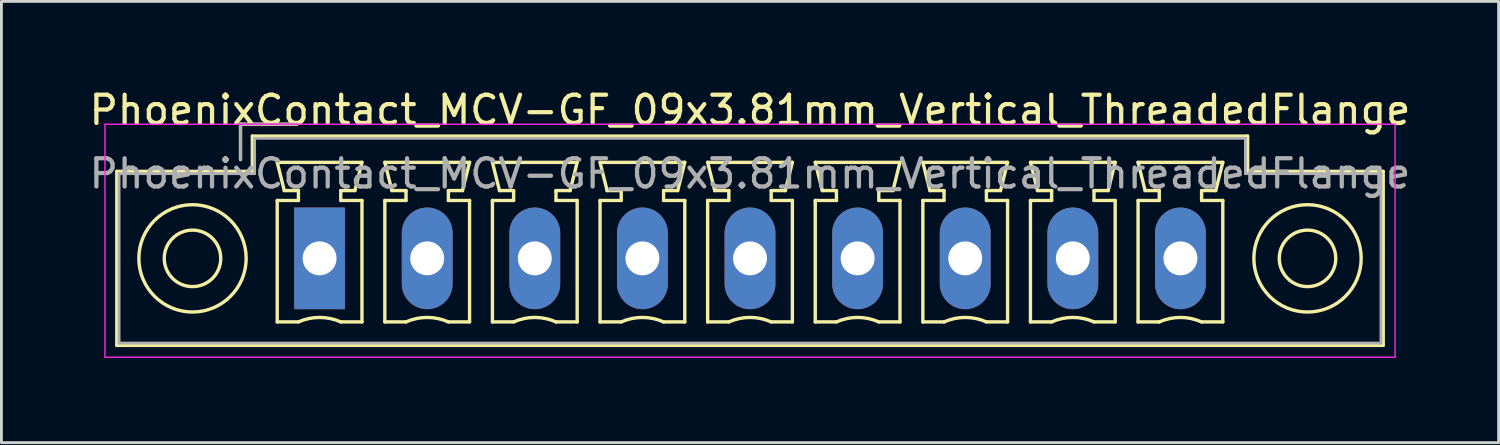
<source format=kicad_pcb>
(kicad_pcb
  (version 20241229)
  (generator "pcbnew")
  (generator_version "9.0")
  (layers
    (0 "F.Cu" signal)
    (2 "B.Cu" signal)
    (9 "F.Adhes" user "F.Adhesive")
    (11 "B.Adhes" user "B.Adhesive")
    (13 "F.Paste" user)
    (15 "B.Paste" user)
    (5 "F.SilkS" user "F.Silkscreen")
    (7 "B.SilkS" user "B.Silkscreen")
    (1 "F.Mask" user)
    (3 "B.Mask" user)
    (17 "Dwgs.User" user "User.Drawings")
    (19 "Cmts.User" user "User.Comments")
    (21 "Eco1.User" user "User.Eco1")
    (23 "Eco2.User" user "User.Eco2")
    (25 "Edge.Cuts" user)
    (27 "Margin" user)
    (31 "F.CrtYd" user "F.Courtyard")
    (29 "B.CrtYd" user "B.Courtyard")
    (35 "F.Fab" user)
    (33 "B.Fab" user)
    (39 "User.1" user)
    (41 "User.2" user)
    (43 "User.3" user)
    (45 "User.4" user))
  (footprint "PhoenixContact_MCV-GF_09x3.81mm_Vertical_ThreadedFlange"
    (layer "F.Cu")
    (at 8.266 6.098)
    (property "Reference" "PhoenixContact_MCV-GF_09x3.81mm_Vertical_ThreadedFlange" (at 15.24 -5.25 0) (layer "F.SilkS") (effects (font (size 1 1) (thickness 0.15))))
    (attr through_hole)
    (fp_line (start -7.18 -3.08) (end -7.18 3.08) (stroke (width 0.12) (type solid)) (layer "F.SilkS"))
    (fp_line (start -7.18 3.08) (end 37.66 3.08) (stroke (width 0.12) (type solid)) (layer "F.SilkS"))
    (fp_line (start -2.8 -4.75) (end -0.8 -4.75) (stroke (width 0.12) (type solid)) (layer "F.SilkS"))
    (fp_line (start -2.8 -3.5) (end -2.8 -4.75) (stroke (width 0.12) (type solid)) (layer "F.SilkS"))
    (fp_line (start -2.38 -4.33) (end -2.38 -3.08) (stroke (width 0.12) (type solid)) (layer "F.SilkS"))
    (fp_line (start -2.38 -3.08) (end -7.18 -3.08) (stroke (width 0.12) (type solid)) (layer "F.SilkS"))
    (fp_line (start -1.5 -3.4) (end 1.5 -3.4) (stroke (width 0.12) (type solid)) (layer "F.SilkS"))
    (fp_line (start -1.5 -2.05) (end -0.75 -2.05) (stroke (width 0.12) (type solid)) (layer "F.SilkS"))
    (fp_line (start -1.5 2.25) (end -1.5 -2.05) (stroke (width 0.12) (type solid)) (layer "F.SilkS"))
    (fp_line (start -1.25 -2.4) (end -1.5 -3.4) (stroke (width 0.12) (type solid)) (layer "F.SilkS"))
    (fp_line (start -0.75 -2.4) (end -1.25 -2.4) (stroke (width 0.12) (type solid)) (layer "F.SilkS"))
    (fp_line (start -0.75 -2.05) (end -0.75 -2.4) (stroke (width 0.12) (type solid)) (layer "F.SilkS"))
    (fp_line (start -0.75 2.25) (end -1.5 2.25) (stroke (width 0.12) (type solid)) (layer "F.SilkS"))
    (fp_line (start 0.75 -2.4) (end 0.75 -2.05) (stroke (width 0.12) (type solid)) (layer "F.SilkS"))
    (fp_line (start 0.75 -2.05) (end 1.5 -2.05) (stroke (width 0.12) (type solid)) (layer "F.SilkS"))
    (fp_line (start 1.25 -2.4) (end 0.75 -2.4) (stroke (width 0.12) (type solid)) (layer "F.SilkS"))
    (fp_line (start 1.5 -3.4) (end 1.25 -2.4) (stroke (width 0.12) (type solid)) (layer "F.SilkS"))
    (fp_line (start 1.5 -2.05) (end 1.5 2.25) (stroke (width 0.12) (type solid)) (layer "F.SilkS"))
    (fp_line (start 1.5 2.25) (end 0.75 2.25) (stroke (width 0.12) (type solid)) (layer "F.SilkS"))
    (fp_line (start 2.31 -3.4) (end 5.31 -3.4) (stroke (width 0.12) (type solid)) (layer "F.SilkS"))
    (fp_line (start 2.31 -2.05) (end 3.06 -2.05) (stroke (width 0.12) (type solid)) (layer "F.SilkS"))
    (fp_line (start 2.31 2.25) (end 2.31 -2.05) (stroke (width 0.12) (type solid)) (layer "F.SilkS"))
    (fp_line (start 2.56 -2.4) (end 2.31 -3.4) (stroke (width 0.12) (type solid)) (layer "F.SilkS"))
    (fp_line (start 3.06 -2.4) (end 2.56 -2.4) (stroke (width 0.12) (type solid)) (layer "F.SilkS"))
    (fp_line (start 3.06 -2.05) (end 3.06 -2.4) (stroke (width 0.12) (type solid)) (layer "F.SilkS"))
    (fp_line (start 3.06 2.25) (end 2.31 2.25) (stroke (width 0.12) (type solid)) (layer "F.SilkS"))
    (fp_line (start 4.56 -2.4) (end 4.56 -2.05) (stroke (width 0.12) (type solid)) (layer "F.SilkS"))
    (fp_line (start 4.56 -2.05) (end 5.31 -2.05) (stroke (width 0.12) (type solid)) (layer "F.SilkS"))
    (fp_line (start 5.06 -2.4) (end 4.56 -2.4) (stroke (width 0.12) (type solid)) (layer "F.SilkS"))
    (fp_line (start 5.31 -3.4) (end 5.06 -2.4) (stroke (width 0.12) (type solid)) (layer "F.SilkS"))
    (fp_line (start 5.31 -2.05) (end 5.31 2.25) (stroke (width 0.12) (type solid)) (layer "F.SilkS"))
    (fp_line (start 5.31 2.25) (end 4.56 2.25) (stroke (width 0.12) (type solid)) (layer "F.SilkS"))
    (fp_line (start 6.12 -3.4) (end 9.12 -3.4) (stroke (width 0.12) (type solid)) (layer "F.SilkS"))
    (fp_line (start 6.12 -2.05) (end 6.87 -2.05) (stroke (width 0.12) (type solid)) (layer "F.SilkS"))
    (fp_line (start 6.12 2.25) (end 6.12 -2.05) (stroke (width 0.12) (type solid)) (layer "F.SilkS"))
    (fp_line (start 6.37 -2.4) (end 6.12 -3.4) (stroke (width 0.12) (type solid)) (layer "F.SilkS"))
    (fp_line (start 6.87 -2.4) (end 6.37 -2.4) (stroke (width 0.12) (type solid)) (layer "F.SilkS"))
    (fp_line (start 6.87 -2.05) (end 6.87 -2.4) (stroke (width 0.12) (type solid)) (layer "F.SilkS"))
    (fp_line (start 6.87 2.25) (end 6.12 2.25) (stroke (width 0.12) (type solid)) (layer "F.SilkS"))
    (fp_line (start 8.37 -2.4) (end 8.37 -2.05) (stroke (width 0.12) (type solid)) (layer "F.SilkS"))
    (fp_line (start 8.37 -2.05) (end 9.12 -2.05) (stroke (width 0.12) (type solid)) (layer "F.SilkS"))
    (fp_line (start 8.87 -2.4) (end 8.37 -2.4) (stroke (width 0.12) (type solid)) (layer "F.SilkS"))
    (fp_line (start 9.12 -3.4) (end 8.87 -2.4) (stroke (width 0.12) (type solid)) (layer "F.SilkS"))
    (fp_line (start 9.12 -2.05) (end 9.12 2.25) (stroke (width 0.12) (type solid)) (layer "F.SilkS"))
    (fp_line (start 9.12 2.25) (end 8.37 2.25) (stroke (width 0.12) (type solid)) (layer "F.SilkS"))
    (fp_line (start 9.93 -3.4) (end 12.93 -3.4) (stroke (width 0.12) (type solid)) (layer "F.SilkS"))
    (fp_line (start 9.93 -2.05) (end 10.68 -2.05) (stroke (width 0.12) (type solid)) (layer "F.SilkS"))
    (fp_line (start 9.93 2.25) (end 9.93 -2.05) (stroke (width 0.12) (type solid)) (layer "F.SilkS"))
    (fp_line (start 10.18 -2.4) (end 9.93 -3.4) (stroke (width 0.12) (type solid)) (layer "F.SilkS"))
    (fp_line (start 10.68 -2.4) (end 10.18 -2.4) (stroke (width 0.12) (type solid)) (layer "F.SilkS"))
    (fp_line (start 10.68 -2.05) (end 10.68 -2.4) (stroke (width 0.12) (type solid)) (layer "F.SilkS"))
    (fp_line (start 10.68 2.25) (end 9.93 2.25) (stroke (width 0.12) (type solid)) (layer "F.SilkS"))
    (fp_line (start 12.18 -2.4) (end 12.18 -2.05) (stroke (width 0.12) (type solid)) (layer "F.SilkS"))
    (fp_line (start 12.18 -2.05) (end 12.93 -2.05) (stroke (width 0.12) (type solid)) (layer "F.SilkS"))
    (fp_line (start 12.68 -2.4) (end 12.18 -2.4) (stroke (width 0.12) (type solid)) (layer "F.SilkS"))
    (fp_line (start 12.93 -3.4) (end 12.68 -2.4) (stroke (width 0.12) (type solid)) (layer "F.SilkS"))
    (fp_line (start 12.93 -2.05) (end 12.93 2.25) (stroke (width 0.12) (type solid)) (layer "F.SilkS"))
    (fp_line (start 12.93 2.25) (end 12.18 2.25) (stroke (width 0.12) (type solid)) (layer "F.SilkS"))
    (fp_line (start 13.74 -3.4) (end 16.74 -3.4) (stroke (width 0.12) (type solid)) (layer "F.SilkS"))
    (fp_line (start 13.74 -2.05) (end 14.49 -2.05) (stroke (width 0.12) (type solid)) (layer "F.SilkS"))
    (fp_line (start 13.74 2.25) (end 13.74 -2.05) (stroke (width 0.12) (type solid)) (layer "F.SilkS"))
    (fp_line (start 13.99 -2.4) (end 13.74 -3.4) (stroke (width 0.12) (type solid)) (layer "F.SilkS"))
    (fp_line (start 14.49 -2.4) (end 13.99 -2.4) (stroke (width 0.12) (type solid)) (layer "F.SilkS"))
    (fp_line (start 14.49 -2.05) (end 14.49 -2.4) (stroke (width 0.12) (type solid)) (layer "F.SilkS"))
    (fp_line (start 14.49 2.25) (end 13.74 2.25) (stroke (width 0.12) (type solid)) (layer "F.SilkS"))
    (fp_line (start 15.99 -2.4) (end 15.99 -2.05) (stroke (width 0.12) (type solid)) (layer "F.SilkS"))
    (fp_line (start 15.99 -2.05) (end 16.74 -2.05) (stroke (width 0.12) (type solid)) (layer "F.SilkS"))
    (fp_line (start 16.49 -2.4) (end 15.99 -2.4) (stroke (width 0.12) (type solid)) (layer "F.SilkS"))
    (fp_line (start 16.74 -3.4) (end 16.49 -2.4) (stroke (width 0.12) (type solid)) (layer "F.SilkS"))
    (fp_line (start 16.74 -2.05) (end 16.74 2.25) (stroke (width 0.12) (type solid)) (layer "F.SilkS"))
    (fp_line (start 16.74 2.25) (end 15.99 2.25) (stroke (width 0.12) (type solid)) (layer "F.SilkS"))
    (fp_line (start 17.55 -3.4) (end 20.55 -3.4) (stroke (width 0.12) (type solid)) (layer "F.SilkS"))
    (fp_line (start 17.55 -2.05) (end 18.3 -2.05) (stroke (width 0.12) (type solid)) (layer "F.SilkS"))
    (fp_line (start 17.55 2.25) (end 17.55 -2.05) (stroke (width 0.12) (type solid)) (layer "F.SilkS"))
    (fp_line (start 17.8 -2.4) (end 17.55 -3.4) (stroke (width 0.12) (type solid)) (layer "F.SilkS"))
    (fp_line (start 18.3 -2.4) (end 17.8 -2.4) (stroke (width 0.12) (type solid)) (layer "F.SilkS"))
    (fp_line (start 18.3 -2.05) (end 18.3 -2.4) (stroke (width 0.12) (type solid)) (layer "F.SilkS"))
    (fp_line (start 18.3 2.25) (end 17.55 2.25) (stroke (width 0.12) (type solid)) (layer "F.SilkS"))
    (fp_line (start 19.8 -2.4) (end 19.8 -2.05) (stroke (width 0.12) (type solid)) (layer "F.SilkS"))
    (fp_line (start 19.8 -2.05) (end 20.55 -2.05) (stroke (width 0.12) (type solid)) (layer "F.SilkS"))
    (fp_line (start 20.3 -2.4) (end 19.8 -2.4) (stroke (width 0.12) (type solid)) (layer "F.SilkS"))
    (fp_line (start 20.55 -3.4) (end 20.3 -2.4) (stroke (width 0.12) (type solid)) (layer "F.SilkS"))
    (fp_line (start 20.55 -2.05) (end 20.55 2.25) (stroke (width 0.12) (type solid)) (layer "F.SilkS"))
    (fp_line (start 20.55 2.25) (end 19.8 2.25) (stroke (width 0.12) (type solid)) (layer "F.SilkS"))
    (fp_line (start 21.36 -3.4) (end 24.36 -3.4) (stroke (width 0.12) (type solid)) (layer "F.SilkS"))
    (fp_line (start 21.36 -2.05) (end 22.11 -2.05) (stroke (width 0.12) (type solid)) (layer "F.SilkS"))
    (fp_line (start 21.36 2.25) (end 21.36 -2.05) (stroke (width 0.12) (type solid)) (layer "F.SilkS"))
    (fp_line (start 21.61 -2.4) (end 21.36 -3.4) (stroke (width 0.12) (type solid)) (layer "F.SilkS"))
    (fp_line (start 22.11 -2.4) (end 21.61 -2.4) (stroke (width 0.12) (type solid)) (layer "F.SilkS"))
    (fp_line (start 22.11 -2.05) (end 22.11 -2.4) (stroke (width 0.12) (type solid)) (layer "F.SilkS"))
    (fp_line (start 22.11 2.25) (end 21.36 2.25) (stroke (width 0.12) (type solid)) (layer "F.SilkS"))
    (fp_line (start 23.61 -2.4) (end 23.61 -2.05) (stroke (width 0.12) (type solid)) (layer "F.SilkS"))
    (fp_line (start 23.61 -2.05) (end 24.36 -2.05) (stroke (width 0.12) (type solid)) (layer "F.SilkS"))
    (fp_line (start 24.11 -2.4) (end 23.61 -2.4) (stroke (width 0.12) (type solid)) (layer "F.SilkS"))
    (fp_line (start 24.36 -3.4) (end 24.11 -2.4) (stroke (width 0.12) (type solid)) (layer "F.SilkS"))
    (fp_line (start 24.36 -2.05) (end 24.36 2.25) (stroke (width 0.12) (type solid)) (layer "F.SilkS"))
    (fp_line (start 24.36 2.25) (end 23.61 2.25) (stroke (width 0.12) (type solid)) (layer "F.SilkS"))
    (fp_line (start 25.17 -3.4) (end 28.17 -3.4) (stroke (width 0.12) (type solid)) (layer "F.SilkS"))
    (fp_line (start 25.17 -2.05) (end 25.92 -2.05) (stroke (width 0.12) (type solid)) (layer "F.SilkS"))
    (fp_line (start 25.17 2.25) (end 25.17 -2.05) (stroke (width 0.12) (type solid)) (layer "F.SilkS"))
    (fp_line (start 25.42 -2.4) (end 25.17 -3.4) (stroke (width 0.12) (type solid)) (layer "F.SilkS"))
    (fp_line (start 25.92 -2.4) (end 25.42 -2.4) (stroke (width 0.12) (type solid)) (layer "F.SilkS"))
    (fp_line (start 25.92 -2.05) (end 25.92 -2.4) (stroke (width 0.12) (type solid)) (layer "F.SilkS"))
    (fp_line (start 25.92 2.25) (end 25.17 2.25) (stroke (width 0.12) (type solid)) (layer "F.SilkS"))
    (fp_line (start 27.42 -2.4) (end 27.42 -2.05) (stroke (width 0.12) (type solid)) (layer "F.SilkS"))
    (fp_line (start 27.42 -2.05) (end 28.17 -2.05) (stroke (width 0.12) (type solid)) (layer "F.SilkS"))
    (fp_line (start 27.92 -2.4) (end 27.42 -2.4) (stroke (width 0.12) (type solid)) (layer "F.SilkS"))
    (fp_line (start 28.17 -3.4) (end 27.92 -2.4) (stroke (width 0.12) (type solid)) (layer "F.SilkS"))
    (fp_line (start 28.17 -2.05) (end 28.17 2.25) (stroke (width 0.12) (type solid)) (layer "F.SilkS"))
    (fp_line (start 28.17 2.25) (end 27.42 2.25) (stroke (width 0.12) (type solid)) (layer "F.SilkS"))
    (fp_line (start 28.98 -3.4) (end 31.98 -3.4) (stroke (width 0.12) (type solid)) (layer "F.SilkS"))
    (fp_line (start 28.98 -2.05) (end 29.73 -2.05) (stroke (width 0.12) (type solid)) (layer "F.SilkS"))
    (fp_line (start 28.98 2.25) (end 28.98 -2.05) (stroke (width 0.12) (type solid)) (layer "F.SilkS"))
    (fp_line (start 29.23 -2.4) (end 28.98 -3.4) (stroke (width 0.12) (type solid)) (layer "F.SilkS"))
    (fp_line (start 29.73 -2.4) (end 29.23 -2.4) (stroke (width 0.12) (type solid)) (layer "F.SilkS"))
    (fp_line (start 29.73 -2.05) (end 29.73 -2.4) (stroke (width 0.12) (type solid)) (layer "F.SilkS"))
    (fp_line (start 29.73 2.25) (end 28.98 2.25) (stroke (width 0.12) (type solid)) (layer "F.SilkS"))
    (fp_line (start 31.23 -2.4) (end 31.23 -2.05) (stroke (width 0.12) (type solid)) (layer "F.SilkS"))
    (fp_line (start 31.23 -2.05) (end 31.98 -2.05) (stroke (width 0.12) (type solid)) (layer "F.SilkS"))
    (fp_line (start 31.73 -2.4) (end 31.23 -2.4) (stroke (width 0.12) (type solid)) (layer "F.SilkS"))
    (fp_line (start 31.98 -3.4) (end 31.73 -2.4) (stroke (width 0.12) (type solid)) (layer "F.SilkS"))
    (fp_line (start 31.98 -2.05) (end 31.98 2.25) (stroke (width 0.12) (type solid)) (layer "F.SilkS"))
    (fp_line (start 31.98 2.25) (end 31.23 2.25) (stroke (width 0.12) (type solid)) (layer "F.SilkS"))
    (fp_line (start 32.86 -4.33) (end -2.38 -4.33) (stroke (width 0.12) (type solid)) (layer "F.SilkS"))
    (fp_line (start 32.86 -3.08) (end 32.86 -4.33) (stroke (width 0.12) (type solid)) (layer "F.SilkS"))
    (fp_line (start 37.66 -3.08) (end 32.86 -3.08) (stroke (width 0.12) (type solid)) (layer "F.SilkS"))
    (fp_line (start 37.66 3.08) (end 37.66 -3.08) (stroke (width 0.12) (type solid)) (layer "F.SilkS"))
    (fp_arc (start -0.75 2.25) (mid -0.000193 2.09191) (end 0.749647 2.249844) (stroke (width 0.12) (type solid)) (layer "F.SilkS"))
    (fp_arc (start 3.06 2.25) (mid 3.809807 2.09191) (end 4.559647 2.249844) (stroke (width 0.12) (type solid)) (layer "F.SilkS"))
    (fp_arc (start 6.87 2.25) (mid 7.619807 2.09191) (end 8.369647 2.249844) (stroke (width 0.12) (type solid)) (layer "F.SilkS"))
    (fp_arc (start 10.68 2.25) (mid 11.429807 2.09191) (end 12.179647 2.249844) (stroke (width 0.12) (type solid)) (layer "F.SilkS"))
    (fp_arc (start 14.49 2.25) (mid 15.239807 2.09191) (end 15.989647 2.249844) (stroke (width 0.12) (type solid)) (layer "F.SilkS"))
    (fp_arc (start 18.3 2.25) (mid 19.049807 2.09191) (end 19.799647 2.249844) (stroke (width 0.12) (type solid)) (layer "F.SilkS"))
    (fp_arc (start 22.11 2.25) (mid 22.859807 2.09191) (end 23.609647 2.249844) (stroke (width 0.12) (type solid)) (layer "F.SilkS"))
    (fp_arc (start 25.92 2.25) (mid 26.669807 2.09191) (end 27.419647 2.249844) (stroke (width 0.12) (type solid)) (layer "F.SilkS"))
    (fp_arc (start 29.73 2.25) (mid 30.479807 2.09191) (end 31.229647 2.249844) (stroke (width 0.12) (type solid)) (layer "F.SilkS"))
    (fp_circle (center -4.5 0) (end -3.5 0) (stroke (width 0.12) (type solid)) (fill no) (layer "F.SilkS"))
    (fp_circle (center -4.5 0) (end -2.6 0) (stroke (width 0.12) (type solid)) (fill no) (layer "F.SilkS"))
    (fp_circle (center 34.98 0) (end 35.98 0) (stroke (width 0.12) (type solid)) (fill no) (layer "F.SilkS"))
    (fp_circle (center 34.98 0) (end 36.88 0) (stroke (width 0.12) (type solid)) (fill no) (layer "F.SilkS"))
    (fp_line (start -7.6 -4.75) (end -7.6 3.5) (stroke (width 0.05) (type solid)) (layer "F.CrtYd"))
    (fp_line (start -7.6 3.5) (end 38.08 3.5) (stroke (width 0.05) (type solid)) (layer "F.CrtYd"))
    (fp_line (start 38.08 -4.75) (end -7.6 -4.75) (stroke (width 0.05) (type solid)) (layer "F.CrtYd"))
    (fp_line (start 38.08 3.5) (end 38.08 -4.75) (stroke (width 0.05) (type solid)) (layer "F.CrtYd"))
    (fp_line (start -7.1 -3) (end -7.1 3) (stroke (width 0.1) (type solid)) (layer "F.Fab"))
    (fp_line (start -7.1 3) (end 37.58 3) (stroke (width 0.1) (type solid)) (layer "F.Fab"))
    (fp_line (start -2.8 -4.75) (end -0.8 -4.75) (stroke (width 0.1) (type solid)) (layer "F.Fab"))
    (fp_line (start -2.8 -3.5) (end -2.8 -4.75) (stroke (width 0.1) (type solid)) (layer "F.Fab"))
    (fp_line (start -2.3 -4.25) (end -2.3 -3) (stroke (width 0.1) (type solid)) (layer "F.Fab"))
    (fp_line (start -2.3 -3) (end -7.1 -3) (stroke (width 0.1) (type solid)) (layer "F.Fab"))
    (fp_line (start 32.78 -4.25) (end -2.3 -4.25) (stroke (width 0.1) (type solid)) (layer "F.Fab"))
    (fp_line (start 32.78 -3) (end 32.78 -4.25) (stroke (width 0.1) (type solid)) (layer "F.Fab"))
    (fp_line (start 37.58 -3) (end 32.78 -3) (stroke (width 0.1) (type solid)) (layer "F.Fab"))
    (fp_line (start 37.58 3) (end 37.58 -3) (stroke (width 0.1) (type solid)) (layer "F.Fab"))
    (fp_text user "${REFERENCE}" (at 15.24 -3 0) (layer "F.Fab") (effects (font (size 1 1) (thickness 0.15))))
    (pad "1" thru_hole rect (at 0 0) (size 1.8 3.6) (drill 1.2) (layers "*.Cu" "*.Mask"))
    (pad "2" thru_hole oval (at 3.81 0) (size 1.8 3.6) (drill 1.2) (layers "*.Cu" "*.Mask"))
    (pad "3" thru_hole oval (at 7.62 0) (size 1.8 3.6) (drill 1.2) (layers "*.Cu" "*.Mask"))
    (pad "4" thru_hole oval (at 11.43 0) (size 1.8 3.6) (drill 1.2) (layers "*.Cu" "*.Mask"))
    (pad "5" thru_hole oval (at 15.24 0) (size 1.8 3.6) (drill 1.2) (layers "*.Cu" "*.Mask"))
    (pad "6" thru_hole oval (at 19.05 0) (size 1.8 3.6) (drill 1.2) (layers "*.Cu" "*.Mask"))
    (pad "7" thru_hole oval (at 22.86 0) (size 1.8 3.6) (drill 1.2) (layers "*.Cu" "*.Mask"))
    (pad "8" thru_hole oval (at 26.67 0) (size 1.8 3.6) (drill 1.2) (layers "*.Cu" "*.Mask"))
    (pad "9" thru_hole oval (at 30.48 0) (size 1.8 3.6) (drill 1.2) (layers "*.Cu" "*.Mask")))
  (gr_rect
    (start -3 -3)
    (end 50.012 12.623)
    (stroke (width 0.1) (type default))
    (fill no)
    (layer "Edge.Cuts")))
</source>
